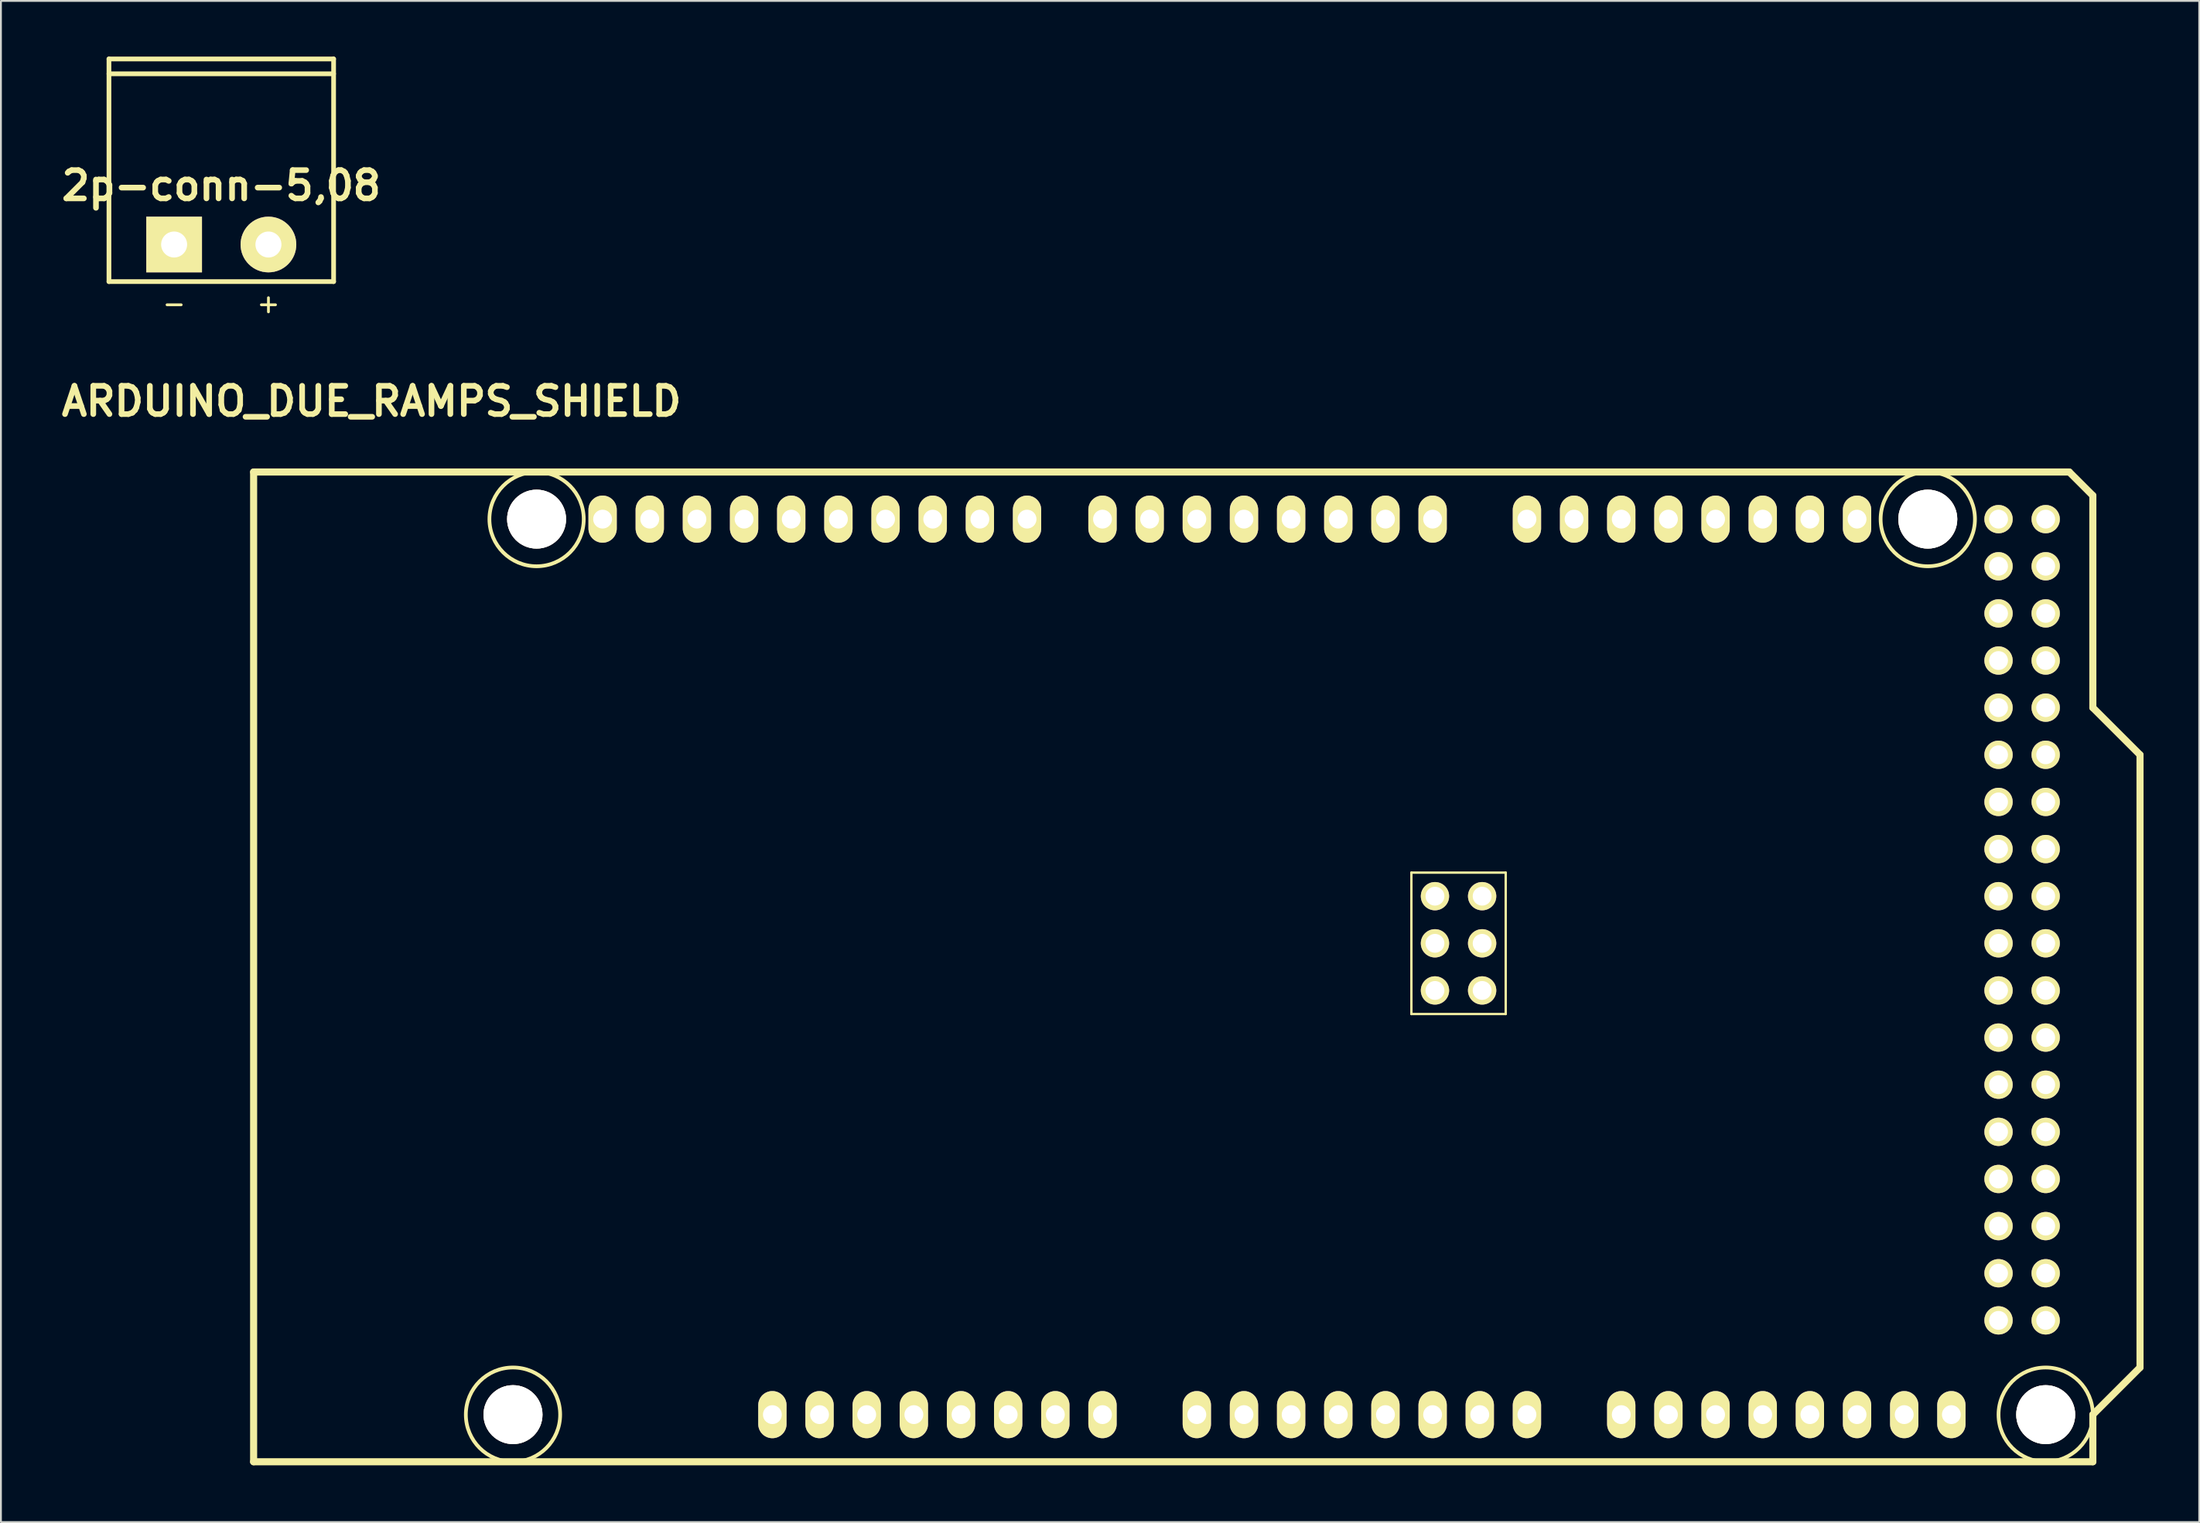
<source format=kicad_pcb>
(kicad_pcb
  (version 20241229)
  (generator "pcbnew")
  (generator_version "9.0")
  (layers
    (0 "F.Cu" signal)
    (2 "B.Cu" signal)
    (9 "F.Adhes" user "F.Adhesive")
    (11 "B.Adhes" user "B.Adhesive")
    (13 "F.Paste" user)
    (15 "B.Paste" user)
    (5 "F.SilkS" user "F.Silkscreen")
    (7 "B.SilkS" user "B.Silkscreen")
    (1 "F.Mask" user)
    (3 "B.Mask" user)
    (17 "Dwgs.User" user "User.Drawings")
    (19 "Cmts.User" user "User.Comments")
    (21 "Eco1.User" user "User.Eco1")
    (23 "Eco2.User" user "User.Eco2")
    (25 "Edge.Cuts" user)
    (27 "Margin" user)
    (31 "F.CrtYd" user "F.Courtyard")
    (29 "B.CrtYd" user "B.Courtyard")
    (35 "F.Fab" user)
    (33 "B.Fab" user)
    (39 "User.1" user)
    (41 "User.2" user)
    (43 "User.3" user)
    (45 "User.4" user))
  (footprint "ARDUINO_DUE_RAMPS_SHIELD"
    (layer "F.Cu")
    (at 10.61 75.727)
    (property "Reference" "ARDUINO_DUE_RAMPS_SHIELD" (at 6.35 -57.15 0) (layer "F.SilkS") (effects (font (size 1.524 1.524) (thickness 0.305))))
    (attr through_hole)
    (fp_line (start 0 0) (end 0 -53.34) (stroke (width 0.381) (type solid)) (layer "F.SilkS"))
    (fp_line (start 62.357 -31.75) (end 62.357 -24.13) (stroke (width 0.127) (type solid)) (layer "F.SilkS"))
    (fp_line (start 62.357 -24.13) (end 67.437 -24.13) (stroke (width 0.127) (type solid)) (layer "F.SilkS"))
    (fp_line (start 67.437 -31.75) (end 62.357 -31.75) (stroke (width 0.127) (type solid)) (layer "F.SilkS"))
    (fp_line (start 67.437 -24.13) (end 67.437 -31.75) (stroke (width 0.127) (type solid)) (layer "F.SilkS"))
    (fp_line (start 97.79 -53.34) (end 0 -53.34) (stroke (width 0.381) (type solid)) (layer "F.SilkS"))
    (fp_line (start 99.06 -52.07) (end 97.79 -53.34) (stroke (width 0.381) (type solid)) (layer "F.SilkS"))
    (fp_line (start 99.06 -40.64) (end 99.06 -52.07) (stroke (width 0.381) (type solid)) (layer "F.SilkS"))
    (fp_line (start 99.06 -40.64) (end 101.6 -38.1) (stroke (width 0.381) (type solid)) (layer "F.SilkS"))
    (fp_line (start 99.06 -2.54) (end 99.06 0) (stroke (width 0.381) (type solid)) (layer "F.SilkS"))
    (fp_line (start 99.06 0) (end 0 0) (stroke (width 0.381) (type solid)) (layer "F.SilkS"))
    (fp_line (start 101.6 -38.1) (end 101.6 -5.08) (stroke (width 0.381) (type solid)) (layer "F.SilkS"))
    (fp_line (start 101.6 -5.08) (end 99.06 -2.54) (stroke (width 0.381) (type solid)) (layer "F.SilkS"))
    (fp_circle (center 13.97 -2.54) (end 16.51 -2.54) (stroke (width 0.201) (type solid)) (fill no) (layer "F.SilkS"))
    (fp_circle (center 15.24 -50.8) (end 17.78 -50.8) (stroke (width 0.201) (type solid)) (fill no) (layer "F.SilkS"))
    (fp_circle (center 90.17 -50.8) (end 92.71 -50.8) (stroke (width 0.201) (type solid)) (fill no) (layer "F.SilkS"))
    (fp_circle (center 96.52 -2.54) (end 99.06 -2.54) (stroke (width 0.201) (type solid)) (fill no) (layer "F.SilkS"))
    (pad "" thru_hole circle (at 13.97 -2.54 90) (size 3.175 3.175) (drill 3.175) (layers "*.Cu" "*.Mask" "F.SilkS"))
    (pad "" thru_hole circle (at 15.24 -50.8) (size 3.175 3.175) (drill 3.175) (layers "*.Cu" "*.Mask" "F.SilkS"))
    (pad "" thru_hole circle (at 90.17 -50.8) (size 3.175 3.175) (drill 3.175) (layers "*.Cu" "*.Mask" "F.SilkS"))
    (pad "" thru_hole circle (at 96.52 -2.54 90) (size 3.175 3.175) (drill 3.175) (layers "*.Cu" "*.Mask" "F.SilkS"))
    (pad "0" thru_hole oval (at 63.5 -50.8 90) (size 2.54 1.524) (drill 1.016) (layers "*.Cu" "*.Mask" "F.SilkS"))
    (pad "1" thru_hole oval (at 60.96 -50.8 90) (size 2.54 1.524) (drill 1.016) (layers "*.Cu" "*.Mask" "F.SilkS"))
    (pad "2" thru_hole oval (at 58.42 -50.8 90) (size 2.54 1.524) (drill 1.016) (layers "*.Cu" "*.Mask" "F.SilkS"))
    (pad "3" thru_hole oval (at 55.88 -50.8 90) (size 2.54 1.524) (drill 1.016) (layers "*.Cu" "*.Mask" "F.SilkS"))
    (pad "3V3" thru_hole oval (at 35.56 -2.54 90) (size 2.54 1.524) (drill 1.016) (layers "*.Cu" "*.Mask" "F.SilkS"))
    (pad "4" thru_hole oval (at 53.34 -50.8 90) (size 2.54 1.524) (drill 1.016) (layers "*.Cu" "*.Mask" "F.SilkS"))
    (pad "5" thru_hole oval (at 50.8 -50.8 90) (size 2.54 1.524) (drill 1.016) (layers "*.Cu" "*.Mask" "F.SilkS"))
    (pad "5V" thru_hole oval (at 38.1 -2.54 90) (size 2.54 1.524) (drill 1.016) (layers "*.Cu" "*.Mask" "F.SilkS"))
    (pad "5V_4" thru_hole circle (at 93.98 -50.8) (size 1.524 1.524) (drill 1.016) (layers "*.Cu" "*.Mask" "F.SilkS"))
    (pad "5V_5" thru_hole circle (at 96.52 -50.8) (size 1.524 1.524) (drill 1.016) (layers "*.Cu" "*.Mask" "F.SilkS"))
    (pad "6" thru_hole oval (at 48.26 -50.8 90) (size 2.54 1.524) (drill 1.016) (layers "*.Cu" "*.Mask" "F.SilkS"))
    (pad "7" thru_hole oval (at 45.72 -50.8 90) (size 2.54 1.524) (drill 1.016) (layers "*.Cu" "*.Mask" "F.SilkS"))
    (pad "8" thru_hole oval (at 41.656 -50.8 90) (size 2.54 1.524) (drill 1.016) (layers "*.Cu" "*.Mask" "F.SilkS"))
    (pad "9" thru_hole oval (at 39.116 -50.8 90) (size 2.54 1.524) (drill 1.016) (layers "*.Cu" "*.Mask" "F.SilkS"))
    (pad "10" thru_hole oval (at 36.576 -50.8 90) (size 2.54 1.524) (drill 1.016) (layers "*.Cu" "*.Mask" "F.SilkS"))
    (pad "11" thru_hole oval (at 34.036 -50.8 90) (size 2.54 1.524) (drill 1.016) (layers "*.Cu" "*.Mask" "F.SilkS"))
    (pad "12" thru_hole oval (at 31.496 -50.8 90) (size 2.54 1.524) (drill 1.016) (layers "*.Cu" "*.Mask" "F.SilkS"))
    (pad "13" thru_hole oval (at 28.956 -50.8 90) (size 2.54 1.524) (drill 1.016) (layers "*.Cu" "*.Mask" "F.SilkS"))
    (pad "14" thru_hole oval (at 68.58 -50.8 90) (size 2.54 1.524) (drill 1.016) (layers "*.Cu" "*.Mask" "F.SilkS"))
    (pad "15" thru_hole oval (at 71.12 -50.8 90) (size 2.54 1.524) (drill 1.016) (layers "*.Cu" "*.Mask" "F.SilkS"))
    (pad "16" thru_hole oval (at 73.66 -50.8 90) (size 2.54 1.524) (drill 1.016) (layers "*.Cu" "*.Mask" "F.SilkS"))
    (pad "17" thru_hole oval (at 76.2 -50.8 90) (size 2.54 1.524) (drill 1.016) (layers "*.Cu" "*.Mask" "F.SilkS"))
    (pad "18" thru_hole oval (at 78.74 -50.8 90) (size 2.54 1.524) (drill 1.016) (layers "*.Cu" "*.Mask" "F.SilkS"))
    (pad "19" thru_hole oval (at 81.28 -50.8 90) (size 2.54 1.524) (drill 1.016) (layers "*.Cu" "*.Mask" "F.SilkS"))
    (pad "20" thru_hole oval (at 83.82 -50.8 90) (size 2.54 1.524) (drill 1.016) (layers "*.Cu" "*.Mask" "F.SilkS"))
    (pad "21" thru_hole oval (at 86.36 -50.8 90) (size 2.54 1.524) (drill 1.016) (layers "*.Cu" "*.Mask" "F.SilkS"))
    (pad "22" thru_hole circle (at 93.98 -48.26) (size 1.524 1.524) (drill 1.016) (layers "*.Cu" "*.Mask" "F.SilkS"))
    (pad "23" thru_hole circle (at 96.52 -48.26) (size 1.524 1.524) (drill 1.016) (layers "*.Cu" "*.Mask" "F.SilkS"))
    (pad "24" thru_hole circle (at 93.98 -45.72) (size 1.524 1.524) (drill 1.016) (layers "*.Cu" "*.Mask" "F.SilkS"))
    (pad "25" thru_hole circle (at 96.52 -45.72) (size 1.524 1.524) (drill 1.016) (layers "*.Cu" "*.Mask" "F.SilkS"))
    (pad "26" thru_hole circle (at 93.98 -43.18) (size 1.524 1.524) (drill 1.016) (layers "*.Cu" "*.Mask" "F.SilkS"))
    (pad "27" thru_hole circle (at 96.52 -43.18) (size 1.524 1.524) (drill 1.016) (layers "*.Cu" "*.Mask" "F.SilkS"))
    (pad "28" thru_hole circle (at 93.98 -40.64) (size 1.524 1.524) (drill 1.016) (layers "*.Cu" "*.Mask" "F.SilkS"))
    (pad "29" thru_hole circle (at 96.52 -40.64) (size 1.524 1.524) (drill 1.016) (layers "*.Cu" "*.Mask" "F.SilkS"))
    (pad "30" thru_hole circle (at 93.98 -38.1) (size 1.524 1.524) (drill 1.016) (layers "*.Cu" "*.Mask" "F.SilkS"))
    (pad "31" thru_hole circle (at 96.52 -38.1) (size 1.524 1.524) (drill 1.016) (layers "*.Cu" "*.Mask" "F.SilkS"))
    (pad "32" thru_hole circle (at 93.98 -35.56) (size 1.524 1.524) (drill 1.016) (layers "*.Cu" "*.Mask" "F.SilkS"))
    (pad "33" thru_hole circle (at 96.52 -35.56) (size 1.524 1.524) (drill 1.016) (layers "*.Cu" "*.Mask" "F.SilkS"))
    (pad "34" thru_hole circle (at 93.98 -33.02) (size 1.524 1.524) (drill 1.016) (layers "*.Cu" "*.Mask" "F.SilkS"))
    (pad "35" thru_hole circle (at 96.52 -33.02) (size 1.524 1.524) (drill 1.016) (layers "*.Cu" "*.Mask" "F.SilkS"))
    (pad "36" thru_hole circle (at 93.98 -30.48) (size 1.524 1.524) (drill 1.016) (layers "*.Cu" "*.Mask" "F.SilkS"))
    (pad "37" thru_hole circle (at 96.52 -30.48) (size 1.524 1.524) (drill 1.016) (layers "*.Cu" "*.Mask" "F.SilkS"))
    (pad "38" thru_hole circle (at 93.98 -27.94) (size 1.524 1.524) (drill 1.016) (layers "*.Cu" "*.Mask" "F.SilkS"))
    (pad "39" thru_hole circle (at 96.52 -27.94) (size 1.524 1.524) (drill 1.016) (layers "*.Cu" "*.Mask" "F.SilkS"))
    (pad "40" thru_hole circle (at 93.98 -25.4) (size 1.524 1.524) (drill 1.016) (layers "*.Cu" "*.Mask" "F.SilkS"))
    (pad "41" thru_hole circle (at 96.52 -25.4) (size 1.524 1.524) (drill 1.016) (layers "*.Cu" "*.Mask" "F.SilkS"))
    (pad "42" thru_hole circle (at 93.98 -22.86) (size 1.524 1.524) (drill 1.016) (layers "*.Cu" "*.Mask" "F.SilkS"))
    (pad "43" thru_hole circle (at 96.52 -22.86) (size 1.524 1.524) (drill 1.016) (layers "*.Cu" "*.Mask" "F.SilkS"))
    (pad "44" thru_hole circle (at 93.98 -20.32) (size 1.524 1.524) (drill 1.016) (layers "*.Cu" "*.Mask" "F.SilkS"))
    (pad "45" thru_hole circle (at 96.52 -20.32) (size 1.524 1.524) (drill 1.016) (layers "*.Cu" "*.Mask" "F.SilkS"))
    (pad "46" thru_hole circle (at 93.98 -17.78) (size 1.524 1.524) (drill 1.016) (layers "*.Cu" "*.Mask" "F.SilkS"))
    (pad "47" thru_hole circle (at 96.52 -17.78) (size 1.524 1.524) (drill 1.016) (layers "*.Cu" "*.Mask" "F.SilkS"))
    (pad "48" thru_hole circle (at 93.98 -15.24) (size 1.524 1.524) (drill 1.016) (layers "*.Cu" "*.Mask" "F.SilkS"))
    (pad "49" thru_hole circle (at 96.52 -15.24) (size 1.524 1.524) (drill 1.016) (layers "*.Cu" "*.Mask" "F.SilkS"))
    (pad "50" thru_hole circle (at 93.98 -12.7) (size 1.524 1.524) (drill 1.016) (layers "*.Cu" "*.Mask" "F.SilkS"))
    (pad "51" thru_hole circle (at 96.52 -12.7) (size 1.524 1.524) (drill 1.016) (layers "*.Cu" "*.Mask" "F.SilkS"))
    (pad "52" thru_hole circle (at 93.98 -10.16) (size 1.524 1.524) (drill 1.016) (layers "*.Cu" "*.Mask" "F.SilkS"))
    (pad "53" thru_hole circle (at 96.52 -10.16) (size 1.524 1.524) (drill 1.016) (layers "*.Cu" "*.Mask" "F.SilkS"))
    (pad "AD0" thru_hole oval (at 50.8 -2.54 90) (size 2.54 1.524) (drill 1.016) (layers "*.Cu" "*.Mask" "F.SilkS"))
    (pad "AD1" thru_hole oval (at 53.34 -2.54 90) (size 2.54 1.524) (drill 1.016) (layers "*.Cu" "*.Mask" "F.SilkS"))
    (pad "AD2" thru_hole oval (at 55.88 -2.54 90) (size 2.54 1.524) (drill 1.016) (layers "*.Cu" "*.Mask" "F.SilkS"))
    (pad "AD3" thru_hole oval (at 58.42 -2.54 90) (size 2.54 1.524) (drill 1.016) (layers "*.Cu" "*.Mask" "F.SilkS"))
    (pad "AD4" thru_hole oval (at 60.96 -2.54 90) (size 2.54 1.524) (drill 1.016) (layers "*.Cu" "*.Mask" "F.SilkS"))
    (pad "AD5" thru_hole oval (at 63.5 -2.54 90) (size 2.54 1.524) (drill 1.016) (layers "*.Cu" "*.Mask" "F.SilkS"))
    (pad "AD6" thru_hole oval (at 66.04 -2.54 90) (size 2.54 1.524) (drill 1.016) (layers "*.Cu" "*.Mask" "F.SilkS"))
    (pad "AD7" thru_hole oval (at 68.58 -2.54 90) (size 2.54 1.524) (drill 1.016) (layers "*.Cu" "*.Mask" "F.SilkS"))
    (pad "AD8" thru_hole oval (at 73.66 -2.54 90) (size 2.54 1.524) (drill 1.016) (layers "*.Cu" "*.Mask" "F.SilkS"))
    (pad "AD9" thru_hole oval (at 76.2 -2.54 90) (size 2.54 1.524) (drill 1.016) (layers "*.Cu" "*.Mask" "F.SilkS"))
    (pad "AD10" thru_hole oval (at 78.74 -2.54 90) (size 2.54 1.524) (drill 1.016) (layers "*.Cu" "*.Mask" "F.SilkS"))
    (pad "AD11" thru_hole oval (at 81.28 -2.54 90) (size 2.54 1.524) (drill 1.016) (layers "*.Cu" "*.Mask" "F.SilkS"))
    (pad "AD12" thru_hole oval (at 83.82 -2.54 90) (size 2.54 1.524) (drill 1.016) (layers "*.Cu" "*.Mask" "F.SilkS"))
    (pad "AD13" thru_hole oval (at 86.36 -2.54 90) (size 2.54 1.524) (drill 1.016) (layers "*.Cu" "*.Mask" "F.SilkS"))
    (pad "AD14" thru_hole oval (at 88.9 -2.54 90) (size 2.54 1.524) (drill 1.016) (layers "*.Cu" "*.Mask" "F.SilkS"))
    (pad "AD15" thru_hole oval (at 91.44 -2.54 90) (size 2.54 1.524) (drill 1.016) (layers "*.Cu" "*.Mask" "F.SilkS"))
    (pad "AREF" thru_hole oval (at 23.876 -50.8 90) (size 2.54 1.524) (drill 1.016) (layers "*.Cu" "*.Mask" "F.SilkS"))
    (pad "GND" thru_hole oval (at 26.416 -50.8 90) (size 2.54 1.524) (drill 1.016) (layers "*.Cu" "*.Mask" "F.SilkS"))
    (pad "GND" thru_hole oval (at 40.64 -2.54 90) (size 2.54 1.524) (drill 1.016) (layers "*.Cu" "*.Mask" "F.SilkS"))
    (pad "GND" thru_hole oval (at 43.18 -2.54 90) (size 2.54 1.524) (drill 1.016) (layers "*.Cu" "*.Mask" "F.SilkS"))
    (pad "GND4" thru_hole circle (at 93.98 -7.62) (size 1.524 1.524) (drill 1.016) (layers "*.Cu" "*.Mask" "F.SilkS"))
    (pad "GND5" thru_hole circle (at 96.52 -7.62) (size 1.524 1.524) (drill 1.016) (layers "*.Cu" "*.Mask" "F.SilkS"))
    (pad "IORF" thru_hole oval (at 30.48 -2.54 90) (size 2.54 1.524) (drill 1.016) (layers "*.Cu" "*.Mask" "F.SilkS"))
    (pad "NC1" thru_hole oval (at 27.94 -2.54 90) (size 2.54 1.524) (drill 1.016) (layers "*.Cu" "*.Mask" "F.SilkS"))
    (pad "RST" thru_hole oval (at 33.02 -2.54 90) (size 2.54 1.524) (drill 1.016) (layers "*.Cu" "*.Mask" "F.SilkS"))
    (pad "S5V" thru_hole circle (at 66.167 -30.48) (size 1.524 1.524) (drill 1.016) (layers "*.Cu" "*.Mask" "F.SilkS"))
    (pad "SCL1" thru_hole oval (at 18.796 -50.8 90) (size 2.54 1.524) (drill 1.016) (layers "*.Cu" "*.Mask" "F.SilkS"))
    (pad "SDA1" thru_hole oval (at 21.336 -50.8 90) (size 2.54 1.524) (drill 1.016) (layers "*.Cu" "*.Mask" "F.SilkS"))
    (pad "SGND" thru_hole circle (at 66.167 -25.4) (size 1.524 1.524) (drill 1.016) (layers "*.Cu" "*.Mask" "F.SilkS"))
    (pad "SMIS" thru_hole circle (at 63.627 -30.48) (size 1.524 1.524) (drill 1.016) (layers "*.Cu" "*.Mask" "F.SilkS"))
    (pad "SMOS" thru_hole circle (at 66.167 -27.94) (size 1.524 1.524) (drill 1.016) (layers "*.Cu" "*.Mask" "F.SilkS"))
    (pad "SRST" thru_hole circle (at 63.627 -25.4) (size 1.524 1.524) (drill 1.016) (layers "*.Cu" "*.Mask" "F.SilkS"))
    (pad "SSCK" thru_hole circle (at 63.627 -27.94) (size 1.524 1.524) (drill 1.016) (layers "*.Cu" "*.Mask" "F.SilkS"))
    (pad "V_IN" thru_hole oval (at 45.72 -2.54 90) (size 2.54 1.524) (drill 1.016) (layers "*.Cu" "*.Mask" "F.SilkS")))
  (footprint "2p-conn-5,08"
    (layer "F.Cu")
    (at 8.868 10.127)
    (property "Reference" "2p-conn-5,08" (at 0 -3.175 0) (layer "F.SilkS") (effects (font (size 1.524 1.524) (thickness 0.305))))
    (attr through_hole)
    (fp_line (start -6.05 -9.2) (end 6.05 -9.2) (stroke (width 0.254) (type solid)) (layer "F.SilkS"))
    (fp_line (start -6.05 1.999) (end -6.05 -10) (stroke (width 0.254) (type solid)) (layer "F.SilkS"))
    (fp_line (start 6.05 -10) (end -6.05 -10) (stroke (width 0.254) (type solid)) (layer "F.SilkS"))
    (fp_line (start 6.05 1.999) (end -6.05 1.999) (stroke (width 0.254) (type solid)) (layer "F.SilkS"))
    (fp_line (start 6.05 1.999) (end 6.05 -10) (stroke (width 0.254) (type solid)) (layer "F.SilkS"))
    (fp_text user "+" (at 2.54 3.175 0) (layer "F.SilkS") (effects (font (size 1 1) (thickness 0.15))))
    (fp_text user "-" (at -2.54 3.175 0) (layer "F.SilkS") (effects (font (size 1 1) (thickness 0.15))))
    (pad "1" thru_hole rect (at -2.54 0) (size 3 3) (drill 1.4) (layers "*.Cu" "*.Mask" "F.SilkS"))
    (pad "2" thru_hole circle (at 2.54 0) (size 3 3) (drill 1.4) (layers "*.Cu" "*.Mask" "F.SilkS")))
  (gr_rect
    (start -3 -3)
    (end 115.4 78.977)
    (stroke (width 0.1) (type default))
    (fill no)
    (layer "Edge.Cuts")))
</source>
